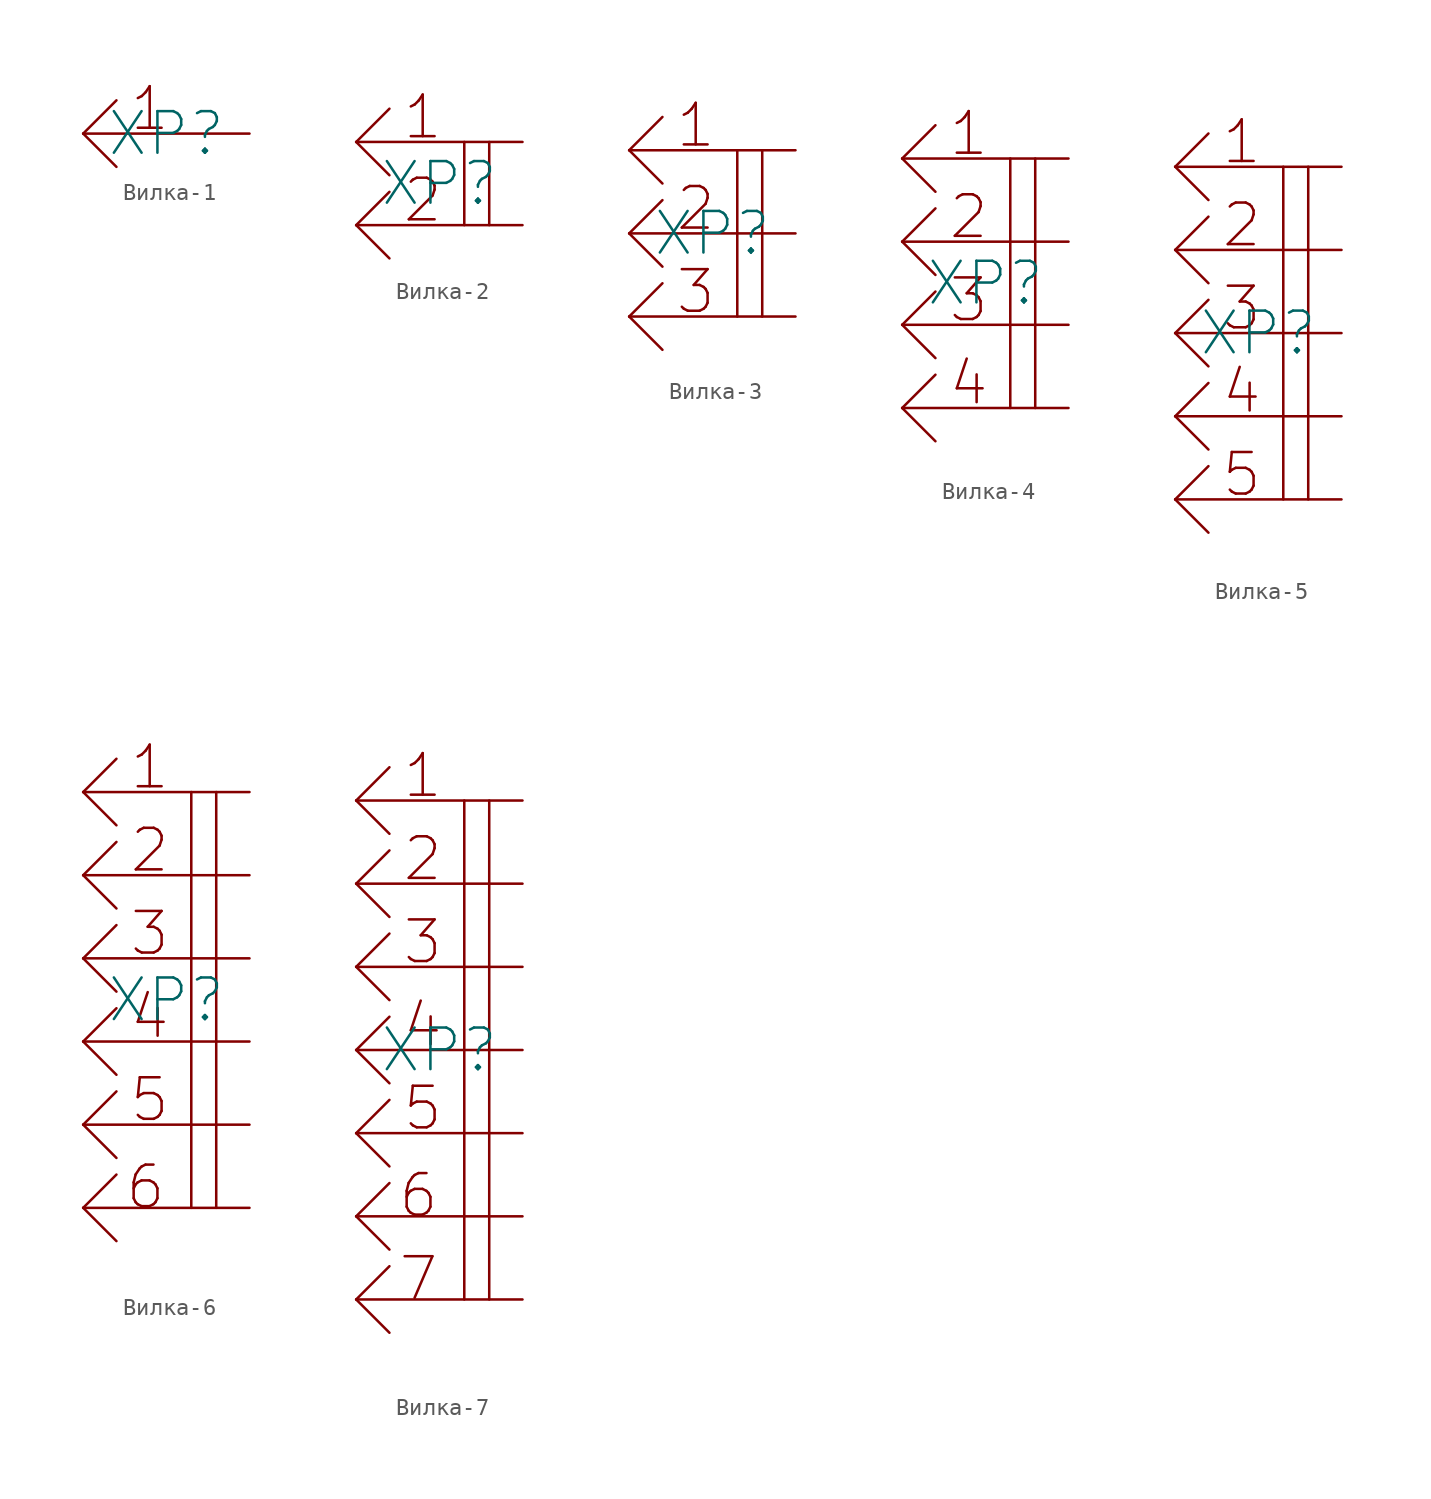
<source format=kicad_sym>
(kicad_symbol_lib
  (version 20220914)
  (generator kicad_symbol_editor)
  (symbol "Вилка-1"
    (pin_numbers hide)
    (pin_names hide)
    (property "Reference" "XP"
      (at 0 0 0)
      (effects (font (size 2.5 2.5))))
    (property "Value" ""
      (at 0 0 0)
      (effects (font (size 1.27 1.27))))
    (symbol "Вилка-1_0_1"
      (polyline (pts (xy -5 0) (xy -3 -2)) (stroke (width 0) (type default)) (fill (type none)))
      (polyline (pts (xy -5 0) (xy -3 2)) (stroke (width 0) (type default)) (fill (type none))))
    (symbol "Вилка-1_1_1"
      (text "1" (at -1 1.5 0) (effects (font (size 2.5 2.5))))
      (pin input line (at 5 0 180) (length 10) (name "" (effects (font (size 1.27 1.27)))) (number "1" (effects (font (size 1.27 1.27)))))))
  (symbol "Вилка-2"
    (pin_numbers hide)
    (pin_names hide)
    (property "Reference" "XP"
      (at 0 0 0)
      (effects (font (size 2.5 2.5))))
    (property "Value" ""
      (at 0 0 0)
      (effects (font (size 1.27 1.27))))
    (symbol "Вилка-2_0_1"
      (polyline (pts (xy -5 -2.5) (xy -3 -4.5)) (stroke (width 0) (type default)) (fill (type none)))
      (polyline (pts (xy -5 -2.5) (xy -3 -0.5)) (stroke (width 0) (type default)) (fill (type none)))
      (polyline (pts (xy -5 2.5) (xy -3 0.5)) (stroke (width 0) (type default)) (fill (type none)))
      (polyline (pts (xy -5 2.5) (xy -3 4.5)) (stroke (width 0) (type default)) (fill (type none)))
      (polyline (pts (xy 1.5 2.5) (xy 1.5 -2.5)) (stroke (width 0) (type default)) (fill (type none)))
      (polyline (pts (xy 3 2.5) (xy 3 -2.5)) (stroke (width 0) (type default)) (fill (type none))))
    (symbol "Вилка-2_1_1"
      (text "1" (at -1 4 0) (effects (font (size 2.5 2.5))))
      (text "2" (at -1 -1 0) (effects (font (size 2.5 2.5))))
      (pin input line (at 5 2.5 180) (length 10) (name "" (effects (font (size 1.27 1.27)))) (number "1" (effects (font (size 1.27 1.27)))))
      (pin input line (at 5 -2.5 180) (length 10) (name "" (effects (font (size 1.27 1.27)))) (number "2" (effects (font (size 1.27 1.27)))))))
  (symbol "Вилка-3"
    (pin_numbers hide)
    (pin_names hide)
    (property "Reference" "XP"
      (at 0 0 0)
      (effects (font (size 2.5 2.5))))
    (property "Value" ""
      (at 0 0 0)
      (effects (font (size 1.27 1.27))))
    (symbol "Вилка-3_0_1"
      (polyline (pts (xy -5 -5) (xy -3 -7)) (stroke (width 0) (type default)) (fill (type none)))
      (polyline (pts (xy -5 -5) (xy -3 -3)) (stroke (width 0) (type default)) (fill (type none)))
      (polyline (pts (xy -5 0) (xy -3 -2)) (stroke (width 0) (type default)) (fill (type none)))
      (polyline (pts (xy -5 0) (xy -3 2)) (stroke (width 0) (type default)) (fill (type none)))
      (polyline (pts (xy -5 5) (xy -3 3)) (stroke (width 0) (type default)) (fill (type none)))
      (polyline (pts (xy -5 5) (xy -3 7)) (stroke (width 0) (type default)) (fill (type none)))
      (polyline (pts (xy 1.5 5) (xy 1.5 -5)) (stroke (width 0) (type default)) (fill (type none)))
      (polyline (pts (xy 3 5) (xy 3 -5)) (stroke (width 0) (type default)) (fill (type none))))
    (symbol "Вилка-3_1_1"
      (text "1" (at -1 6.5 0) (effects (font (size 2.5 2.5))))
      (text "2" (at -1 1.5 0) (effects (font (size 2.5 2.5))))
      (text "3" (at -1 -3.5 0) (effects (font (size 2.5 2.5))))
      (pin input line (at 5 5 180) (length 10) (name "" (effects (font (size 1.27 1.27)))) (number "1" (effects (font (size 1.27 1.27)))))
      (pin input line (at 5 0 180) (length 10) (name "" (effects (font (size 1.27 1.27)))) (number "2" (effects (font (size 1.27 1.27)))))
      (pin input line (at 5 -5 180) (length 10) (name "" (effects (font (size 1.27 1.27)))) (number "3" (effects (font (size 1.27 1.27)))))))
  (symbol "Вилка-4"
    (pin_numbers hide)
    (pin_names hide)
    (property "Reference" "XP"
      (at 0 0 0)
      (effects (font (size 2.5 2.5))))
    (property "Value" ""
      (at 0 0 0)
      (effects (font (size 1.27 1.27))))
    (symbol "Вилка-4_0_1"
      (polyline (pts (xy -5 -7.5) (xy -3 -9.5)) (stroke (width 0) (type default)) (fill (type none)))
      (polyline (pts (xy -5 -7.5) (xy -3 -5.5)) (stroke (width 0) (type default)) (fill (type none)))
      (polyline (pts (xy -5 -2.5) (xy -3 -4.5)) (stroke (width 0) (type default)) (fill (type none)))
      (polyline (pts (xy -5 -2.5) (xy -3 -0.5)) (stroke (width 0) (type default)) (fill (type none)))
      (polyline (pts (xy -5 2.5) (xy -3 0.5)) (stroke (width 0) (type default)) (fill (type none)))
      (polyline (pts (xy -5 2.5) (xy -3 4.5)) (stroke (width 0) (type default)) (fill (type none)))
      (polyline (pts (xy -5 7.5) (xy -3 5.5)) (stroke (width 0) (type default)) (fill (type none)))
      (polyline (pts (xy -5 7.5) (xy -3 9.5)) (stroke (width 0) (type default)) (fill (type none)))
      (polyline (pts (xy 1.5 7.5) (xy 1.5 -7.5)) (stroke (width 0) (type default)) (fill (type none)))
      (polyline (pts (xy 3 7.5) (xy 3 -7.5)) (stroke (width 0) (type default)) (fill (type none))))
    (symbol "Вилка-4_1_1"
      (text "1" (at -1 9 0) (effects (font (size 2.5 2.5))))
      (text "2" (at -1 4 0) (effects (font (size 2.5 2.5))))
      (text "3" (at -1 -1 0) (effects (font (size 2.5 2.5))))
      (text "4" (at -1 -6 0) (effects (font (size 2.5 2.5))))
      (pin input line (at 5 7.5 180) (length 10) (name "" (effects (font (size 1.27 1.27)))) (number "1" (effects (font (size 1.27 1.27)))))
      (pin input line (at 5 2.5 180) (length 10) (name "" (effects (font (size 1.27 1.27)))) (number "2" (effects (font (size 1.27 1.27)))))
      (pin input line (at 5 -2.5 180) (length 10) (name "" (effects (font (size 1.27 1.27)))) (number "3" (effects (font (size 1.27 1.27)))))
      (pin input line (at 5 -7.5 180) (length 10) (name "" (effects (font (size 1.27 1.27)))) (number "4" (effects (font (size 1.27 1.27)))))))
  (symbol "Вилка-5"
    (pin_numbers hide)
    (pin_names hide)
    (property "Reference" "XP"
      (at 0 0 0)
      (effects (font (size 2.5 2.5))))
    (property "Value" ""
      (at 0 0 0)
      (effects (font (size 1.27 1.27))))
    (symbol "Вилка-5_0_1"
      (polyline (pts (xy -5 -10) (xy -3 -12)) (stroke (width 0) (type default)) (fill (type none)))
      (polyline (pts (xy -5 -10) (xy -3 -8)) (stroke (width 0) (type default)) (fill (type none)))
      (polyline (pts (xy -5 -5) (xy -3 -7)) (stroke (width 0) (type default)) (fill (type none)))
      (polyline (pts (xy -5 -5) (xy -3 -3)) (stroke (width 0) (type default)) (fill (type none)))
      (polyline (pts (xy -5 0) (xy -3 -2)) (stroke (width 0) (type default)) (fill (type none)))
      (polyline (pts (xy -5 0) (xy -3 2)) (stroke (width 0) (type default)) (fill (type none)))
      (polyline (pts (xy -5 5) (xy -3 3)) (stroke (width 0) (type default)) (fill (type none)))
      (polyline (pts (xy -5 5) (xy -3 7)) (stroke (width 0) (type default)) (fill (type none)))
      (polyline (pts (xy -5 10) (xy -3 8)) (stroke (width 0) (type default)) (fill (type none)))
      (polyline (pts (xy -5 10) (xy -3 12)) (stroke (width 0) (type default)) (fill (type none)))
      (polyline (pts (xy 1.5 10) (xy 1.5 -10)) (stroke (width 0) (type default)) (fill (type none)))
      (polyline (pts (xy 3 10) (xy 3 -10)) (stroke (width 0) (type default)) (fill (type none))))
    (symbol "Вилка-5_1_1"
      (text "1" (at -1 11.5 0) (effects (font (size 2.5 2.5))))
      (text "2" (at -1 6.5 0) (effects (font (size 2.5 2.5))))
      (text "3" (at -1 1.5 0) (effects (font (size 2.5 2.5))))
      (text "4" (at -1 -3.5 0) (effects (font (size 2.5 2.5))))
      (text "5" (at -1 -8.5 0) (effects (font (size 2.5 2.5))))
      (pin input line (at 5 10 180) (length 10) (name "" (effects (font (size 1.27 1.27)))) (number "1" (effects (font (size 1.27 1.27)))))
      (pin input line (at 5 5 180) (length 10) (name "" (effects (font (size 1.27 1.27)))) (number "2" (effects (font (size 1.27 1.27)))))
      (pin input line (at 5 0 180) (length 10) (name "" (effects (font (size 1.27 1.27)))) (number "3" (effects (font (size 1.27 1.27)))))
      (pin input line (at 5 -5 180) (length 10) (name "" (effects (font (size 1.27 1.27)))) (number "4" (effects (font (size 1.27 1.27)))))
      (pin input line (at 5 -10 180) (length 10) (name "" (effects (font (size 1.27 1.27)))) (number "5" (effects (font (size 1.27 1.27)))))))
  (symbol "Вилка-6"
    (pin_numbers hide)
    (pin_names hide)
    (property "Reference" "XP"
      (at 0 0 0)
      (effects (font (size 2.5 2.5))))
    (property "Value" ""
      (at 0 2.5 0)
      (effects (font (size 1.27 1.27))))
    (symbol "Вилка-6_0_1"
      (polyline (pts (xy -5 -12.5) (xy -3 -14.5)) (stroke (width 0) (type default)) (fill (type none)))
      (polyline (pts (xy -5 -12.5) (xy -3 -10.5)) (stroke (width 0) (type default)) (fill (type none)))
      (polyline (pts (xy -5 -7.5) (xy -3 -9.5)) (stroke (width 0) (type default)) (fill (type none)))
      (polyline (pts (xy -5 -7.5) (xy -3 -5.5)) (stroke (width 0) (type default)) (fill (type none)))
      (polyline (pts (xy -5 -2.5) (xy -3 -4.5)) (stroke (width 0) (type default)) (fill (type none)))
      (polyline (pts (xy -5 -2.5) (xy -3 -0.5)) (stroke (width 0) (type default)) (fill (type none)))
      (polyline (pts (xy -5 2.5) (xy -3 0.5)) (stroke (width 0) (type default)) (fill (type none)))
      (polyline (pts (xy -5 2.5) (xy -3 4.5)) (stroke (width 0) (type default)) (fill (type none)))
      (polyline (pts (xy -5 7.5) (xy -3 5.5)) (stroke (width 0) (type default)) (fill (type none)))
      (polyline (pts (xy -5 7.5) (xy -3 9.5)) (stroke (width 0) (type default)) (fill (type none)))
      (polyline (pts (xy -5 12.5) (xy -3 10.5)) (stroke (width 0) (type default)) (fill (type none)))
      (polyline (pts (xy -5 12.5) (xy -3 14.5)) (stroke (width 0) (type default)) (fill (type none)))
      (polyline (pts (xy 1.5 12.5) (xy 1.5 -12.5)) (stroke (width 0) (type default)) (fill (type none)))
      (polyline (pts (xy 3 12.5) (xy 3 -12.5)) (stroke (width 0) (type default)) (fill (type none))))
    (symbol "Вилка-6_1_1"
      (text "1" (at -1 14 0) (effects (font (size 2.5 2.5))))
      (text "2" (at -1 9 0) (effects (font (size 2.5 2.5))))
      (text "3" (at -1 4 0) (effects (font (size 2.5 2.5))))
      (text "4" (at -1 -1 0) (effects (font (size 2.5 2.5))))
      (text "5" (at -1 -6 0) (effects (font (size 2.5 2.5))))
      (text "6" (at -1.25 -11.25 0) (effects (font (size 2.5 2.5))))
      (pin input line (at 5 12.5 180) (length 10) (name "" (effects (font (size 1.27 1.27)))) (number "1" (effects (font (size 1.27 1.27)))))
      (pin input line (at 5 7.5 180) (length 10) (name "" (effects (font (size 1.27 1.27)))) (number "2" (effects (font (size 1.27 1.27)))))
      (pin input line (at 5 2.5 180) (length 10) (name "" (effects (font (size 1.27 1.27)))) (number "3" (effects (font (size 1.27 1.27)))))
      (pin input line (at 5 -2.5 180) (length 10) (name "" (effects (font (size 1.27 1.27)))) (number "4" (effects (font (size 1.27 1.27)))))
      (pin input line (at 5 -7.5 180) (length 10) (name "" (effects (font (size 1.27 1.27)))) (number "5" (effects (font (size 1.27 1.27)))))
      (pin input line (at 5 -12.5 180) (length 10) (name "" (effects (font (size 1.27 1.27)))) (number "6" (effects (font (size 1.27 1.27)))))))
  (symbol "Вилка-7"
    (pin_numbers hide)
    (pin_names hide)
    (property "Reference" "XP"
      (at 0 0 0)
      (effects (font (size 2.5 2.5))))
    (property "Value" ""
      (at 0 5 0)
      (effects (font (size 1.27 1.27))))
    (symbol "Вилка-7_0_1"
      (polyline (pts (xy -5 -15) (xy -3 -17)) (stroke (width 0) (type default)) (fill (type none)))
      (polyline (pts (xy -5 -15) (xy -3 -13)) (stroke (width 0) (type default)) (fill (type none)))
      (polyline (pts (xy -5 -10) (xy -3 -12)) (stroke (width 0) (type default)) (fill (type none)))
      (polyline (pts (xy -5 -10) (xy -3 -8)) (stroke (width 0) (type default)) (fill (type none)))
      (polyline (pts (xy -5 -5) (xy -3 -7)) (stroke (width 0) (type default)) (fill (type none)))
      (polyline (pts (xy -5 -5) (xy -3 -3)) (stroke (width 0) (type default)) (fill (type none)))
      (polyline (pts (xy -5 0) (xy -3 -2)) (stroke (width 0) (type default)) (fill (type none)))
      (polyline (pts (xy -5 0) (xy -3 2)) (stroke (width 0) (type default)) (fill (type none)))
      (polyline (pts (xy -5 5) (xy -3 3)) (stroke (width 0) (type default)) (fill (type none)))
      (polyline (pts (xy -5 5) (xy -3 7)) (stroke (width 0) (type default)) (fill (type none)))
      (polyline (pts (xy -5 10) (xy -3 8)) (stroke (width 0) (type default)) (fill (type none)))
      (polyline (pts (xy -5 10) (xy -3 12)) (stroke (width 0) (type default)) (fill (type none)))
      (polyline (pts (xy -5 15) (xy -3 13)) (stroke (width 0) (type default)) (fill (type none)))
      (polyline (pts (xy -5 15) (xy -3 17)) (stroke (width 0) (type default)) (fill (type none)))
      (polyline (pts (xy 1.5 15) (xy 1.5 -15)) (stroke (width 0) (type default)) (fill (type none)))
      (polyline (pts (xy 3 15) (xy 3 -15)) (stroke (width 0) (type default)) (fill (type none))))
    (symbol "Вилка-7_1_1"
      (text "1" (at -1 16.5 0) (effects (font (size 2.5 2.5))))
      (text "2" (at -1 11.5 0) (effects (font (size 2.5 2.5))))
      (text "3" (at -1 6.5 0) (effects (font (size 2.5 2.5))))
      (text "4" (at -1 1.5 0) (effects (font (size 2.5 2.5))))
      (text "5" (at -1 -3.5 0) (effects (font (size 2.5 2.5))))
      (text "6" (at -1.25 -8.75 0) (effects (font (size 2.5 2.5))))
      (text "7" (at -1.25 -13.75 0) (effects (font (size 2.5 2.5))))
      (pin input line (at 5 15 180) (length 10) (name "" (effects (font (size 1.27 1.27)))) (number "1" (effects (font (size 1.27 1.27)))))
      (pin input line (at 5 10 180) (length 10) (name "" (effects (font (size 1.27 1.27)))) (number "2" (effects (font (size 1.27 1.27)))))
      (pin input line (at 5 5 180) (length 10) (name "" (effects (font (size 1.27 1.27)))) (number "3" (effects (font (size 1.27 1.27)))))
      (pin input line (at 5 0 180) (length 10) (name "" (effects (font (size 1.27 1.27)))) (number "4" (effects (font (size 1.27 1.27)))))
      (pin input line (at 5 -5 180) (length 10) (name "" (effects (font (size 1.27 1.27)))) (number "5" (effects (font (size 1.27 1.27)))))
      (pin input line (at 5 -15 180) (length 10) (name "" (effects (font (size 1.27 1.27)))) (number "6" (effects (font (size 1.27 1.27)))))
      (pin input line (at 5 -10 180) (length 10) (name "" (effects (font (size 1.27 1.27)))) (number "6" (effects (font (size 1.27 1.27))))))))
</source>
